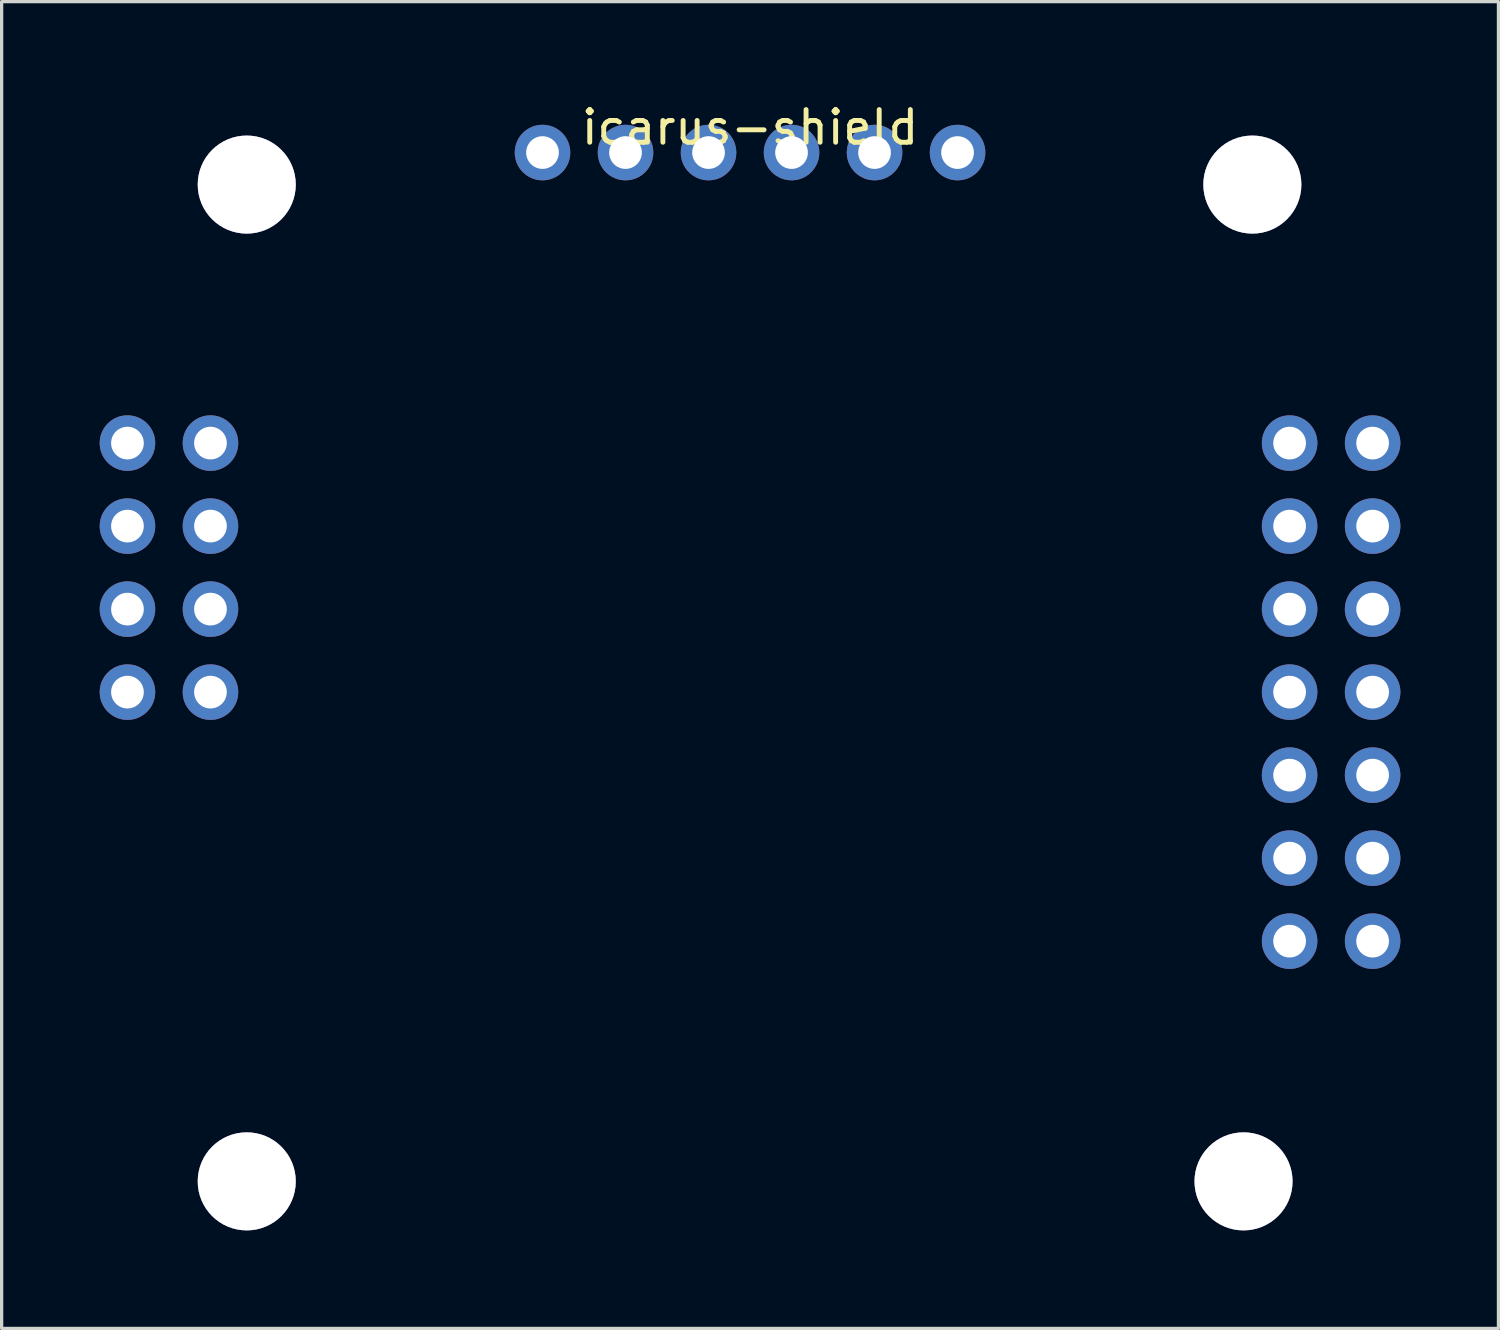
<source format=kicad_pcb>
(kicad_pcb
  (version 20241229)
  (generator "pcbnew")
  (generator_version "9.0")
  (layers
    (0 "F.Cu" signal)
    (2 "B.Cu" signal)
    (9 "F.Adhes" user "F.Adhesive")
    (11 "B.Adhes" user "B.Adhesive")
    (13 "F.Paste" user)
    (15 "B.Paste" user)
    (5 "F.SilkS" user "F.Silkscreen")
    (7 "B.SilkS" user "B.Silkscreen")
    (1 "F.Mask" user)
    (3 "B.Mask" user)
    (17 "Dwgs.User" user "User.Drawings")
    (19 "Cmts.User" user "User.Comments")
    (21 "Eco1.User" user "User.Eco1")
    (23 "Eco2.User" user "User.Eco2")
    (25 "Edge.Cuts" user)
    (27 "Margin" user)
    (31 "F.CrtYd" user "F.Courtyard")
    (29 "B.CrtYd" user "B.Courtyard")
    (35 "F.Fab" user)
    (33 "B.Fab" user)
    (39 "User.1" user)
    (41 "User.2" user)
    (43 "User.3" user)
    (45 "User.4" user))
  (footprint "icarus-shield"
    (layer "F.Cu")
    (at 19.9 0.348)
    (property "Reference" "icarus-shield" (at 0 0.5 0) (layer "F.SilkS") (effects (font (size 1 1) (thickness 0.15))))
    (attr through_hole)
    (pad "" thru_hole circle (at -15.4 2.25) (size 3 3) (drill 3) (layers "*.Cu" "*.Mask"))
    (pad "" thru_hole circle (at -15.4 32.75) (size 3 3) (drill 3) (layers "*.Cu" "*.Mask"))
    (pad "" thru_hole circle (at 15.1 32.75) (size 3 3) (drill 3) (layers "*.Cu" "*.Mask"))
    (pad "" thru_hole circle (at 15.37 2.25) (size 3 3) (drill 3) (layers "*.Cu" "*.Mask"))
    (pad "1" thru_hole oval (at -19.05 10.16) (size 1.7 1.7) (drill 1) (layers "*.Cu" "*.Mask"))
    (pad "2" thru_hole oval (at -16.51 10.16) (size 1.7 1.7) (drill 1) (layers "*.Cu" "*.Mask"))
    (pad "3" thru_hole oval (at -19.05 12.7) (size 1.7 1.7) (drill 1) (layers "*.Cu" "*.Mask"))
    (pad "4" thru_hole oval (at -16.51 12.7) (size 1.7 1.7) (drill 1) (layers "*.Cu" "*.Mask"))
    (pad "5" thru_hole oval (at -19.05 15.24) (size 1.7 1.7) (drill 1) (layers "*.Cu" "*.Mask"))
    (pad "6" thru_hole oval (at -16.51 15.24) (size 1.7 1.7) (drill 1) (layers "*.Cu" "*.Mask"))
    (pad "7" thru_hole oval (at -19.05 17.78) (size 1.7 1.7) (drill 1) (layers "*.Cu" "*.Mask"))
    (pad "8" thru_hole oval (at -16.51 17.78) (size 1.7 1.7) (drill 1) (layers "*.Cu" "*.Mask"))
    (pad "9" thru_hole oval (at -6.35 1.27) (size 1.7 1.7) (drill 1) (layers "*.Cu" "*.Mask"))
    (pad "10" thru_hole oval (at -3.81 1.27) (size 1.7 1.7) (drill 1) (layers "*.Cu" "*.Mask"))
    (pad "11" thru_hole oval (at -1.27 1.27) (size 1.7 1.7) (drill 1) (layers "*.Cu" "*.Mask"))
    (pad "12" thru_hole oval (at 1.27 1.27) (size 1.7 1.7) (drill 1) (layers "*.Cu" "*.Mask"))
    (pad "13" thru_hole oval (at 3.81 1.27) (size 1.7 1.7) (drill 1) (layers "*.Cu" "*.Mask"))
    (pad "14" thru_hole oval (at 6.35 1.27) (size 1.7 1.7) (drill 1) (layers "*.Cu" "*.Mask"))
    (pad "15" thru_hole oval (at 16.51 10.16) (size 1.7 1.7) (drill 1) (layers "*.Cu" "*.Mask"))
    (pad "16" thru_hole oval (at 19.05 10.16) (size 1.7 1.7) (drill 1) (layers "*.Cu" "*.Mask"))
    (pad "17" thru_hole oval (at 16.51 12.7) (size 1.7 1.7) (drill 1) (layers "*.Cu" "*.Mask"))
    (pad "18" thru_hole oval (at 19.05 12.7) (size 1.7 1.7) (drill 1) (layers "*.Cu" "*.Mask"))
    (pad "19" thru_hole oval (at 16.51 15.24) (size 1.7 1.7) (drill 1) (layers "*.Cu" "*.Mask"))
    (pad "20" thru_hole oval (at 19.05 15.24) (size 1.7 1.7) (drill 1) (layers "*.Cu" "*.Mask"))
    (pad "21" thru_hole oval (at 16.51 17.78) (size 1.7 1.7) (drill 1) (layers "*.Cu" "*.Mask"))
    (pad "22" thru_hole oval (at 19.05 17.78) (size 1.7 1.7) (drill 1) (layers "*.Cu" "*.Mask"))
    (pad "23" thru_hole oval (at 16.51 20.32) (size 1.7 1.7) (drill 1) (layers "*.Cu" "*.Mask"))
    (pad "24" thru_hole oval (at 19.05 20.32) (size 1.7 1.7) (drill 1) (layers "*.Cu" "*.Mask"))
    (pad "25" thru_hole oval (at 16.51 22.86) (size 1.7 1.7) (drill 1) (layers "*.Cu" "*.Mask"))
    (pad "26" thru_hole oval (at 19.05 22.86) (size 1.7 1.7) (drill 1) (layers "*.Cu" "*.Mask"))
    (pad "27" thru_hole oval (at 16.51 25.4) (size 1.7 1.7) (drill 1) (layers "*.Cu" "*.Mask"))
    (pad "28" thru_hole oval (at 19.05 25.4) (size 1.7 1.7) (drill 1) (layers "*.Cu" "*.Mask")))
  (gr_rect
    (start -3 -3)
    (end 42.8 37.598)
    (stroke (width 0.1) (type default))
    (fill no)
    (layer "Edge.Cuts")))
</source>
